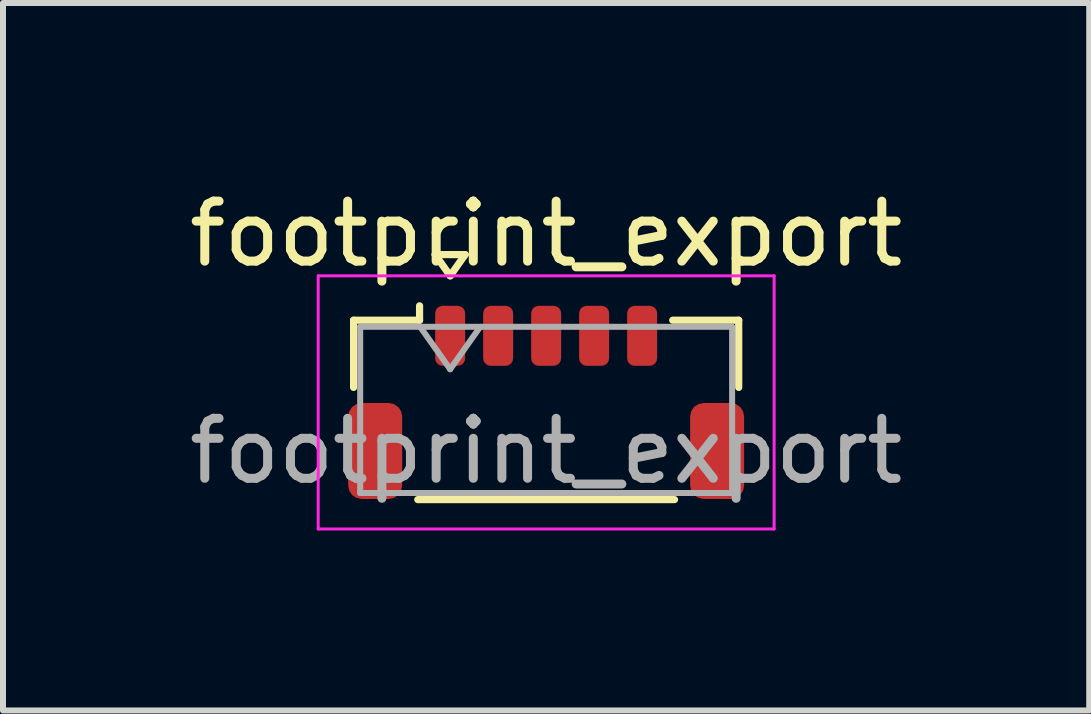
<source format=kicad_pcb>
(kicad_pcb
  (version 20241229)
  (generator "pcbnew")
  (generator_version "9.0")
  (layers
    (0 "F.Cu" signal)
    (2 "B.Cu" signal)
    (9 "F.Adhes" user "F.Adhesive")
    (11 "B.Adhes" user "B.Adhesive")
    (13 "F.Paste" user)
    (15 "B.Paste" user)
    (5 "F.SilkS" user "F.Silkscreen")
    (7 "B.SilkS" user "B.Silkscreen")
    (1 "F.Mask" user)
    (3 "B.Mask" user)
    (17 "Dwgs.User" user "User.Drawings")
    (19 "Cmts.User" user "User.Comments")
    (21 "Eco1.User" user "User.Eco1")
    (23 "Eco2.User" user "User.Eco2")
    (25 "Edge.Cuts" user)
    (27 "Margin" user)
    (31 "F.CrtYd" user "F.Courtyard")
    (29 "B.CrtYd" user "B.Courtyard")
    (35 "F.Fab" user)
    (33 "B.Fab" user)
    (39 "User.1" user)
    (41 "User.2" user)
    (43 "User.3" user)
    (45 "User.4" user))
  (footprint "footprint_export"
    (layer "F.Cu")
    (at 6.054 3.658)
    (property "Reference" "footprint_export" (at 0 -2.81 0) (layer "F.SilkS") (effects (font (size 1 1) (thickness 0.15))))
    (attr smd)
    (fp_line (start -3.21 -1.37) (end -2.11 -1.37) (stroke (width 0.12) (type solid)) (layer "F.SilkS"))
    (fp_line (start -3.21 -0.25) (end -3.21 -1.37) (stroke (width 0.12) (type solid)) (layer "F.SilkS"))
    (fp_line (start -2.14 1.62) (end 2.14 1.62) (stroke (width 0.12) (type solid)) (layer "F.SilkS"))
    (fp_line (start -2.11 -1.37) (end -2.11 -1.61) (stroke (width 0.12) (type solid)) (layer "F.SilkS"))
    (fp_line (start -1.85 -2.464) (end -1.6 -2.11) (stroke (width 0.12) (type solid)) (layer "F.SilkS"))
    (fp_line (start -1.6 -2.11) (end -1.35 -2.464) (stroke (width 0.12) (type solid)) (layer "F.SilkS"))
    (fp_line (start -1.35 -2.464) (end -1.85 -2.464) (stroke (width 0.12) (type solid)) (layer "F.SilkS"))
    (fp_line (start 3.21 -1.37) (end 2.11 -1.37) (stroke (width 0.12) (type solid)) (layer "F.SilkS"))
    (fp_line (start 3.21 -0.25) (end 3.21 -1.37) (stroke (width 0.12) (type solid)) (layer "F.SilkS"))
    (fp_line (start -3.8 -2.11) (end -3.8 2.11) (stroke (width 0.05) (type solid)) (layer "F.CrtYd"))
    (fp_line (start -3.8 2.11) (end 3.8 2.11) (stroke (width 0.05) (type solid)) (layer "F.CrtYd"))
    (fp_line (start 3.8 -2.11) (end -3.8 -2.11) (stroke (width 0.05) (type solid)) (layer "F.CrtYd"))
    (fp_line (start 3.8 2.11) (end 3.8 -2.11) (stroke (width 0.05) (type solid)) (layer "F.CrtYd"))
    (fp_line (start -3.1 -1.26) (end -3.1 1.51) (stroke (width 0.1) (type solid)) (layer "F.Fab"))
    (fp_line (start -3.1 -1.26) (end 3.1 -1.26) (stroke (width 0.1) (type solid)) (layer "F.Fab"))
    (fp_line (start -3.1 1.51) (end 3.1 1.51) (stroke (width 0.1) (type solid)) (layer "F.Fab"))
    (fp_line (start -2.1 -1.26) (end -1.6 -0.553) (stroke (width 0.1) (type solid)) (layer "F.Fab"))
    (fp_line (start -1.6 -0.553) (end -1.1 -1.26) (stroke (width 0.1) (type solid)) (layer "F.Fab"))
    (fp_line (start 3.1 -1.26) (end 3.1 1.51) (stroke (width 0.1) (type solid)) (layer "F.Fab"))
    (fp_text user "${REFERENCE}" (at 0 0.81 0) (layer "F.Fab") (effects (font (size 1 1) (thickness 0.15))))
    (pad "1" smd roundrect (at -1.6 -1.11) (size 0.5 1) (layers "F.Cu" "F.Mask" "F.Paste") (roundrect_rratio 0.25))
    (pad "2" smd roundrect (at -0.8 -1.11) (size 0.5 1) (layers "F.Cu" "F.Mask" "F.Paste") (roundrect_rratio 0.25))
    (pad "3" smd roundrect (at 0 -1.11) (size 0.5 1) (layers "F.Cu" "F.Mask" "F.Paste") (roundrect_rratio 0.25))
    (pad "4" smd roundrect (at 0.8 -1.11) (size 0.5 1) (layers "F.Cu" "F.Mask" "F.Paste") (roundrect_rratio 0.25))
    (pad "5" smd roundrect (at 1.6 -1.11) (size 0.5 1) (layers "F.Cu" "F.Mask" "F.Paste") (roundrect_rratio 0.25))
    (pad "MP" smd roundrect (at -2.85 0.81) (size 0.9 1.6) (layers "F.Cu" "F.Mask" "F.Paste") (roundrect_rratio 0.25))
    (pad "MP" smd roundrect (at 2.85 0.81) (size 0.9 1.6) (layers "F.Cu" "F.Mask" "F.Paste") (roundrect_rratio 0.25)))
  (gr_rect
    (start -3 -3)
    (end 15.107 8.793)
    (stroke (width 0.1) (type default))
    (fill no)
    (layer "Edge.Cuts")))
</source>
